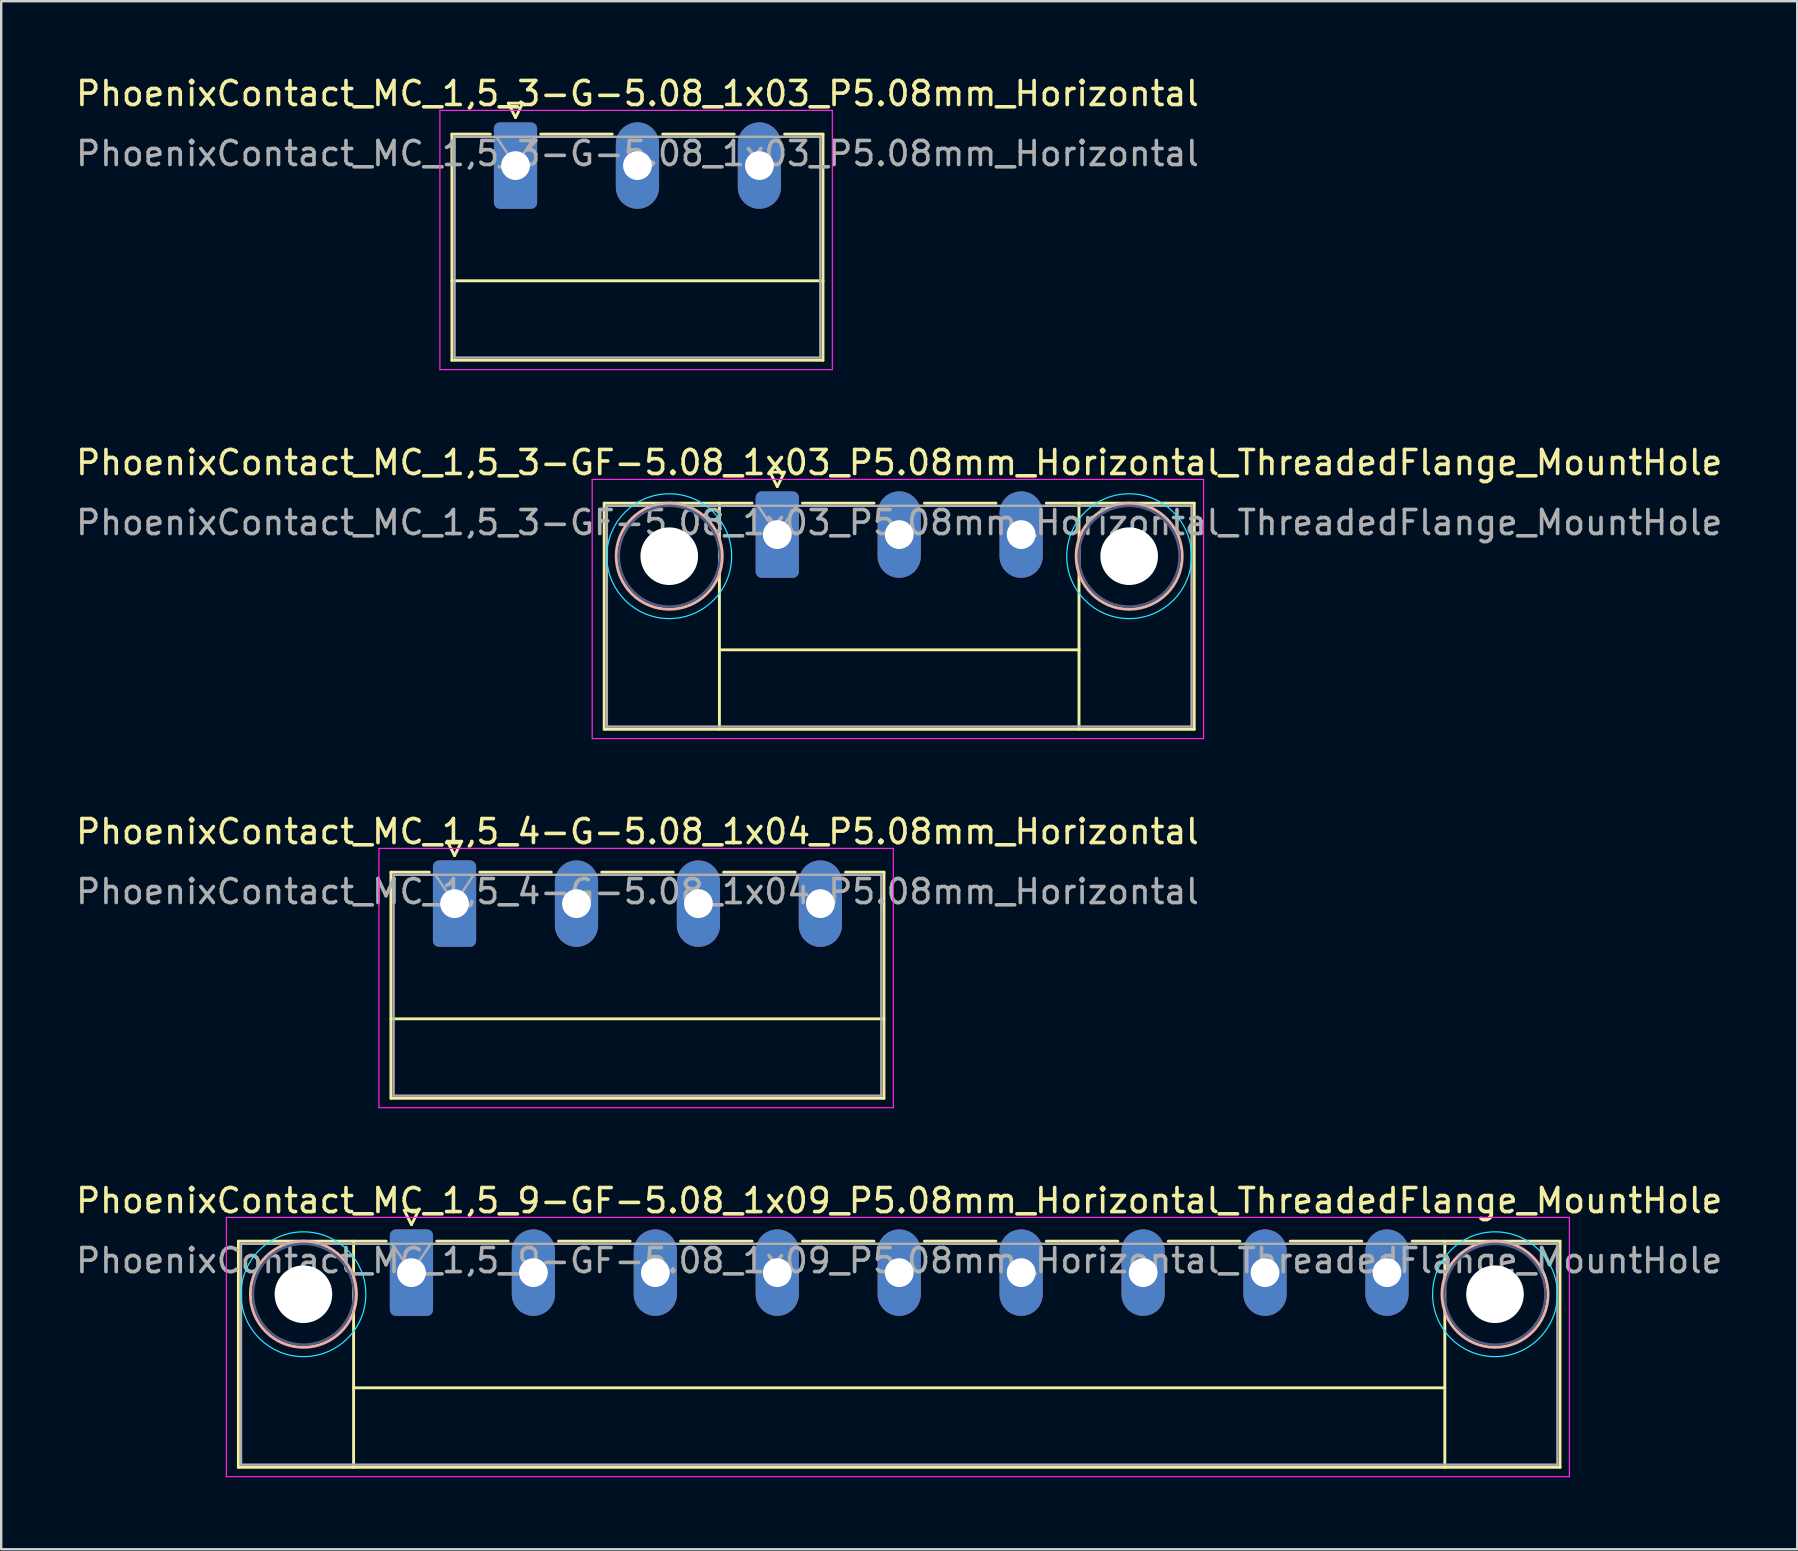
<source format=kicad_pcb>
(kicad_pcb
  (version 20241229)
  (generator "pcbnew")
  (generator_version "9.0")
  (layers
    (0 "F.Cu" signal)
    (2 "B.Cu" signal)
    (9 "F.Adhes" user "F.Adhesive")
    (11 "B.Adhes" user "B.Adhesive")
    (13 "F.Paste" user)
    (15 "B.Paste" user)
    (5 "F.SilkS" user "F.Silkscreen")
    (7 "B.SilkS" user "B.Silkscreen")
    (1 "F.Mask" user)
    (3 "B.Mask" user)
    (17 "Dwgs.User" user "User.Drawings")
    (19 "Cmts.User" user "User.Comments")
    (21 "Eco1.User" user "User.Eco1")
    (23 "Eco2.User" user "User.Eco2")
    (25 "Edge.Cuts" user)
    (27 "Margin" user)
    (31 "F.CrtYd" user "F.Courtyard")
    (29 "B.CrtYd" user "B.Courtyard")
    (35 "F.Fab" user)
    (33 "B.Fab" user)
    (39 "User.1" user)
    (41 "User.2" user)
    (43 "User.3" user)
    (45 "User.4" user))
  (footprint "PhoenixContact_MC_1,5_3-GF-5.08_1x03_P5.08mm_Horizontal_ThreadedFlange_MountHole"
    (layer "F.Cu")
    (at 29.331 19.221)
    (property "Reference" "PhoenixContact_MC_1,5_3-GF-5.08_1x03_P5.08mm_Horizontal_ThreadedFlange_MountHole" (at 5.08 -3 0) (layer "F.SilkS") (effects (font (size 1 1) (thickness 0.15))))
    (attr through_hole)
    (fp_line (start -7.21 -1.31) (end -7.21 8.11) (stroke (width 0.12) (type solid)) (layer "F.SilkS"))
    (fp_line (start -7.21 -1.31) (end -1.05 -1.31) (stroke (width 0.12) (type solid)) (layer "F.SilkS"))
    (fp_line (start -7.21 8.11) (end 17.37 8.11) (stroke (width 0.12) (type solid)) (layer "F.SilkS"))
    (fp_line (start -2.41 -1.31) (end -2.41 8.11) (stroke (width 0.12) (type solid)) (layer "F.SilkS"))
    (fp_line (start -2.41 4.8) (end 12.57 4.8) (stroke (width 0.12) (type solid)) (layer "F.SilkS"))
    (fp_line (start -0.3 -2.6) (end 0.3 -2.6) (stroke (width 0.12) (type solid)) (layer "F.SilkS"))
    (fp_line (start 0 -2) (end -0.3 -2.6) (stroke (width 0.12) (type solid)) (layer "F.SilkS"))
    (fp_line (start 0.3 -2.6) (end 0 -2) (stroke (width 0.12) (type solid)) (layer "F.SilkS"))
    (fp_line (start 1.05 -1.31) (end 4.03 -1.31) (stroke (width 0.12) (type solid)) (layer "F.SilkS"))
    (fp_line (start 6.13 -1.31) (end 9.11 -1.31) (stroke (width 0.12) (type solid)) (layer "F.SilkS"))
    (fp_line (start 12.57 -1.31) (end 12.57 8.11) (stroke (width 0.12) (type solid)) (layer "F.SilkS"))
    (fp_line (start 17.37 -1.31) (end 11.21 -1.31) (stroke (width 0.12) (type solid)) (layer "F.SilkS"))
    (fp_line (start 17.37 8.11) (end 17.37 -1.31) (stroke (width 0.12) (type solid)) (layer "F.SilkS"))
    (fp_circle (center -4.5 0.9) (end -2.29 0.9) (stroke (width 0.12) (type solid)) (fill no) (layer "B.SilkS"))
    (fp_circle (center 14.66 0.9) (end 16.87 0.9) (stroke (width 0.12) (type solid)) (fill no) (layer "B.SilkS"))
    (fp_circle (center -4.5 0.9) (end -1.9 0.9) (stroke (width 0.05) (type solid)) (fill no) (layer "B.CrtYd"))
    (fp_circle (center 14.66 0.9) (end 17.26 0.9) (stroke (width 0.05) (type solid)) (fill no) (layer "B.CrtYd"))
    (fp_line (start -7.71 -2.3) (end -7.71 8.5) (stroke (width 0.05) (type solid)) (layer "F.CrtYd"))
    (fp_line (start -7.71 8.5) (end 17.76 8.5) (stroke (width 0.05) (type solid)) (layer "F.CrtYd"))
    (fp_line (start 17.76 -2.3) (end -7.71 -2.3) (stroke (width 0.05) (type solid)) (layer "F.CrtYd"))
    (fp_line (start 17.76 8.5) (end 17.76 -2.3) (stroke (width 0.05) (type solid)) (layer "F.CrtYd"))
    (fp_circle (center -4.5 0.9) (end -2.4 0.9) (stroke (width 0.1) (type solid)) (fill no) (layer "B.Fab"))
    (fp_circle (center 14.66 0.9) (end 16.76 0.9) (stroke (width 0.1) (type solid)) (fill no) (layer "B.Fab"))
    (fp_line (start -7.1 -1.2) (end -7.1 8) (stroke (width 0.1) (type solid)) (layer "F.Fab"))
    (fp_line (start -7.1 8) (end 17.26 8) (stroke (width 0.1) (type solid)) (layer "F.Fab"))
    (fp_line (start 0 0) (end -0.8 -1.2) (stroke (width 0.1) (type solid)) (layer "F.Fab"))
    (fp_line (start 0.8 -1.2) (end 0 0) (stroke (width 0.1) (type solid)) (layer "F.Fab"))
    (fp_line (start 17.26 -1.2) (end -7.1 -1.2) (stroke (width 0.1) (type solid)) (layer "F.Fab"))
    (fp_line (start 17.26 8) (end 17.26 -1.2) (stroke (width 0.1) (type solid)) (layer "F.Fab"))
    (fp_text user "${REFERENCE}" (at 5.08 -0.5 0) (layer "F.Fab") (effects (font (size 1 1) (thickness 0.15))))
    (pad "" np_thru_hole circle (at -4.5 0.9) (size 2.4 2.4) (drill 2.4) (layers "*.Cu" "*.Mask"))
    (pad "" np_thru_hole circle (at 14.66 0.9) (size 2.4 2.4) (drill 2.4) (layers "*.Cu" "*.Mask"))
    (pad "1" thru_hole roundrect (at 0 0) (size 1.8 3.6) (drill 1.2) (layers "*.Cu" "*.Mask") (roundrect_rratio 0.139))
    (pad "2" thru_hole oval (at 5.08 0) (size 1.8 3.6) (drill 1.2) (layers "*.Cu" "*.Mask"))
    (pad "3" thru_hole oval (at 10.16 0) (size 1.8 3.6) (drill 1.2) (layers "*.Cu" "*.Mask")))
  (footprint "PhoenixContact_MC_1,5_4-G-5.08_1x04_P5.08mm_Horizontal"
    (layer "F.Cu")
    (at 15.886 34.595)
    (property "Reference" "PhoenixContact_MC_1,5_4-G-5.08_1x04_P5.08mm_Horizontal" (at 7.62 -3 0) (layer "F.SilkS") (effects (font (size 1 1) (thickness 0.15))))
    (attr through_hole)
    (fp_line (start -2.65 -1.31) (end -2.65 8.11) (stroke (width 0.12) (type solid)) (layer "F.SilkS"))
    (fp_line (start -2.65 -1.31) (end -1.05 -1.31) (stroke (width 0.12) (type solid)) (layer "F.SilkS"))
    (fp_line (start -2.65 4.8) (end 17.89 4.8) (stroke (width 0.12) (type solid)) (layer "F.SilkS"))
    (fp_line (start -2.65 8.11) (end 17.89 8.11) (stroke (width 0.12) (type solid)) (layer "F.SilkS"))
    (fp_line (start -0.3 -2.6) (end 0.3 -2.6) (stroke (width 0.12) (type solid)) (layer "F.SilkS"))
    (fp_line (start 0 -2) (end -0.3 -2.6) (stroke (width 0.12) (type solid)) (layer "F.SilkS"))
    (fp_line (start 0.3 -2.6) (end 0 -2) (stroke (width 0.12) (type solid)) (layer "F.SilkS"))
    (fp_line (start 1.05 -1.31) (end 4.03 -1.31) (stroke (width 0.12) (type solid)) (layer "F.SilkS"))
    (fp_line (start 6.13 -1.31) (end 9.11 -1.31) (stroke (width 0.12) (type solid)) (layer "F.SilkS"))
    (fp_line (start 11.21 -1.31) (end 14.19 -1.31) (stroke (width 0.12) (type solid)) (layer "F.SilkS"))
    (fp_line (start 17.89 -1.31) (end 16.29 -1.31) (stroke (width 0.12) (type solid)) (layer "F.SilkS"))
    (fp_line (start 17.89 8.11) (end 17.89 -1.31) (stroke (width 0.12) (type solid)) (layer "F.SilkS"))
    (fp_line (start -3.15 -2.3) (end -3.15 8.5) (stroke (width 0.05) (type solid)) (layer "F.CrtYd"))
    (fp_line (start -3.15 8.5) (end 18.28 8.5) (stroke (width 0.05) (type solid)) (layer "F.CrtYd"))
    (fp_line (start 18.28 -2.3) (end -3.15 -2.3) (stroke (width 0.05) (type solid)) (layer "F.CrtYd"))
    (fp_line (start 18.28 8.5) (end 18.28 -2.3) (stroke (width 0.05) (type solid)) (layer "F.CrtYd"))
    (fp_line (start -2.54 -1.2) (end -2.54 8) (stroke (width 0.1) (type solid)) (layer "F.Fab"))
    (fp_line (start -2.54 8) (end 17.78 8) (stroke (width 0.1) (type solid)) (layer "F.Fab"))
    (fp_line (start 0 0) (end -0.8 -1.2) (stroke (width 0.1) (type solid)) (layer "F.Fab"))
    (fp_line (start 0.8 -1.2) (end 0 0) (stroke (width 0.1) (type solid)) (layer "F.Fab"))
    (fp_line (start 17.78 -1.2) (end -2.54 -1.2) (stroke (width 0.1) (type solid)) (layer "F.Fab"))
    (fp_line (start 17.78 8) (end 17.78 -1.2) (stroke (width 0.1) (type solid)) (layer "F.Fab"))
    (fp_text user "${REFERENCE}" (at 7.62 -0.5 0) (layer "F.Fab") (effects (font (size 1 1) (thickness 0.15))))
    (pad "1" thru_hole roundrect (at 0 0) (size 1.8 3.6) (drill 1.2) (layers "*.Cu" "*.Mask") (roundrect_rratio 0.139))
    (pad "2" thru_hole oval (at 5.08 0) (size 1.8 3.6) (drill 1.2) (layers "*.Cu" "*.Mask"))
    (pad "3" thru_hole oval (at 10.16 0) (size 1.8 3.6) (drill 1.2) (layers "*.Cu" "*.Mask"))
    (pad "4" thru_hole oval (at 15.24 0) (size 1.8 3.6) (drill 1.2) (layers "*.Cu" "*.Mask")))
  (footprint "PhoenixContact_MC_1,5_3-G-5.08_1x03_P5.08mm_Horizontal"
    (layer "F.Cu")
    (at 18.426 3.848)
    (property "Reference" "PhoenixContact_MC_1,5_3-G-5.08_1x03_P5.08mm_Horizontal" (at 5.08 -3 0) (layer "F.SilkS") (effects (font (size 1 1) (thickness 0.15))))
    (attr through_hole)
    (fp_line (start -2.65 -1.31) (end -2.65 8.11) (stroke (width 0.12) (type solid)) (layer "F.SilkS"))
    (fp_line (start -2.65 -1.31) (end -1.05 -1.31) (stroke (width 0.12) (type solid)) (layer "F.SilkS"))
    (fp_line (start -2.65 4.8) (end 12.81 4.8) (stroke (width 0.12) (type solid)) (layer "F.SilkS"))
    (fp_line (start -2.65 8.11) (end 12.81 8.11) (stroke (width 0.12) (type solid)) (layer "F.SilkS"))
    (fp_line (start -0.3 -2.6) (end 0.3 -2.6) (stroke (width 0.12) (type solid)) (layer "F.SilkS"))
    (fp_line (start 0 -2) (end -0.3 -2.6) (stroke (width 0.12) (type solid)) (layer "F.SilkS"))
    (fp_line (start 0.3 -2.6) (end 0 -2) (stroke (width 0.12) (type solid)) (layer "F.SilkS"))
    (fp_line (start 1.05 -1.31) (end 4.03 -1.31) (stroke (width 0.12) (type solid)) (layer "F.SilkS"))
    (fp_line (start 6.13 -1.31) (end 9.11 -1.31) (stroke (width 0.12) (type solid)) (layer "F.SilkS"))
    (fp_line (start 12.81 -1.31) (end 11.21 -1.31) (stroke (width 0.12) (type solid)) (layer "F.SilkS"))
    (fp_line (start 12.81 8.11) (end 12.81 -1.31) (stroke (width 0.12) (type solid)) (layer "F.SilkS"))
    (fp_line (start -3.15 -2.3) (end -3.15 8.5) (stroke (width 0.05) (type solid)) (layer "F.CrtYd"))
    (fp_line (start -3.15 8.5) (end 13.2 8.5) (stroke (width 0.05) (type solid)) (layer "F.CrtYd"))
    (fp_line (start 13.2 -2.3) (end -3.15 -2.3) (stroke (width 0.05) (type solid)) (layer "F.CrtYd"))
    (fp_line (start 13.2 8.5) (end 13.2 -2.3) (stroke (width 0.05) (type solid)) (layer "F.CrtYd"))
    (fp_line (start -2.54 -1.2) (end -2.54 8) (stroke (width 0.1) (type solid)) (layer "F.Fab"))
    (fp_line (start -2.54 8) (end 12.7 8) (stroke (width 0.1) (type solid)) (layer "F.Fab"))
    (fp_line (start 0 0) (end -0.8 -1.2) (stroke (width 0.1) (type solid)) (layer "F.Fab"))
    (fp_line (start 0.8 -1.2) (end 0 0) (stroke (width 0.1) (type solid)) (layer "F.Fab"))
    (fp_line (start 12.7 -1.2) (end -2.54 -1.2) (stroke (width 0.1) (type solid)) (layer "F.Fab"))
    (fp_line (start 12.7 8) (end 12.7 -1.2) (stroke (width 0.1) (type solid)) (layer "F.Fab"))
    (fp_text user "${REFERENCE}" (at 5.08 -0.5 0) (layer "F.Fab") (effects (font (size 1 1) (thickness 0.15))))
    (pad "1" thru_hole roundrect (at 0 0) (size 1.8 3.6) (drill 1.2) (layers "*.Cu" "*.Mask") (roundrect_rratio 0.139))
    (pad "2" thru_hole oval (at 5.08 0) (size 1.8 3.6) (drill 1.2) (layers "*.Cu" "*.Mask"))
    (pad "3" thru_hole oval (at 10.16 0) (size 1.8 3.6) (drill 1.2) (layers "*.Cu" "*.Mask")))
  (footprint "PhoenixContact_MC_1,5_9-GF-5.08_1x09_P5.08mm_Horizontal_ThreadedFlange_MountHole"
    (layer "F.Cu")
    (at 14.091 49.968)
    (property "Reference" "PhoenixContact_MC_1,5_9-GF-5.08_1x09_P5.08mm_Horizontal_ThreadedFlange_MountHole" (at 20.32 -3 0) (layer "F.SilkS") (effects (font (size 1 1) (thickness 0.15))))
    (attr through_hole)
    (fp_line (start -7.21 -1.31) (end -7.21 8.11) (stroke (width 0.12) (type solid)) (layer "F.SilkS"))
    (fp_line (start -7.21 -1.31) (end -1.05 -1.31) (stroke (width 0.12) (type solid)) (layer "F.SilkS"))
    (fp_line (start -7.21 8.11) (end 47.85 8.11) (stroke (width 0.12) (type solid)) (layer "F.SilkS"))
    (fp_line (start -2.41 -1.31) (end -2.41 8.11) (stroke (width 0.12) (type solid)) (layer "F.SilkS"))
    (fp_line (start -2.41 4.8) (end 43.05 4.8) (stroke (width 0.12) (type solid)) (layer "F.SilkS"))
    (fp_line (start -0.3 -2.6) (end 0.3 -2.6) (stroke (width 0.12) (type solid)) (layer "F.SilkS"))
    (fp_line (start 0 -2) (end -0.3 -2.6) (stroke (width 0.12) (type solid)) (layer "F.SilkS"))
    (fp_line (start 0.3 -2.6) (end 0 -2) (stroke (width 0.12) (type solid)) (layer "F.SilkS"))
    (fp_line (start 1.05 -1.31) (end 4.03 -1.31) (stroke (width 0.12) (type solid)) (layer "F.SilkS"))
    (fp_line (start 6.13 -1.31) (end 9.11 -1.31) (stroke (width 0.12) (type solid)) (layer "F.SilkS"))
    (fp_line (start 11.21 -1.31) (end 14.19 -1.31) (stroke (width 0.12) (type solid)) (layer "F.SilkS"))
    (fp_line (start 16.29 -1.31) (end 19.27 -1.31) (stroke (width 0.12) (type solid)) (layer "F.SilkS"))
    (fp_line (start 21.37 -1.31) (end 24.35 -1.31) (stroke (width 0.12) (type solid)) (layer "F.SilkS"))
    (fp_line (start 26.45 -1.31) (end 29.43 -1.31) (stroke (width 0.12) (type solid)) (layer "F.SilkS"))
    (fp_line (start 31.53 -1.31) (end 34.51 -1.31) (stroke (width 0.12) (type solid)) (layer "F.SilkS"))
    (fp_line (start 36.61 -1.31) (end 39.59 -1.31) (stroke (width 0.12) (type solid)) (layer "F.SilkS"))
    (fp_line (start 43.05 -1.31) (end 43.05 8.11) (stroke (width 0.12) (type solid)) (layer "F.SilkS"))
    (fp_line (start 47.85 -1.31) (end 41.69 -1.31) (stroke (width 0.12) (type solid)) (layer "F.SilkS"))
    (fp_line (start 47.85 8.11) (end 47.85 -1.31) (stroke (width 0.12) (type solid)) (layer "F.SilkS"))
    (fp_circle (center -4.5 0.9) (end -2.29 0.9) (stroke (width 0.12) (type solid)) (fill no) (layer "B.SilkS"))
    (fp_circle (center 45.14 0.9) (end 47.35 0.9) (stroke (width 0.12) (type solid)) (fill no) (layer "B.SilkS"))
    (fp_circle (center -4.5 0.9) (end -1.9 0.9) (stroke (width 0.05) (type solid)) (fill no) (layer "B.CrtYd"))
    (fp_circle (center 45.14 0.9) (end 47.74 0.9) (stroke (width 0.05) (type solid)) (fill no) (layer "B.CrtYd"))
    (fp_line (start -7.71 -2.3) (end -7.71 8.5) (stroke (width 0.05) (type solid)) (layer "F.CrtYd"))
    (fp_line (start -7.71 8.5) (end 48.24 8.5) (stroke (width 0.05) (type solid)) (layer "F.CrtYd"))
    (fp_line (start 48.24 -2.3) (end -7.71 -2.3) (stroke (width 0.05) (type solid)) (layer "F.CrtYd"))
    (fp_line (start 48.24 8.5) (end 48.24 -2.3) (stroke (width 0.05) (type solid)) (layer "F.CrtYd"))
    (fp_circle (center -4.5 0.9) (end -2.4 0.9) (stroke (width 0.1) (type solid)) (fill no) (layer "B.Fab"))
    (fp_circle (center 45.14 0.9) (end 47.24 0.9) (stroke (width 0.1) (type solid)) (fill no) (layer "B.Fab"))
    (fp_line (start -7.1 -1.2) (end -7.1 8) (stroke (width 0.1) (type solid)) (layer "F.Fab"))
    (fp_line (start -7.1 8) (end 47.74 8) (stroke (width 0.1) (type solid)) (layer "F.Fab"))
    (fp_line (start 0 0) (end -0.8 -1.2) (stroke (width 0.1) (type solid)) (layer "F.Fab"))
    (fp_line (start 0.8 -1.2) (end 0 0) (stroke (width 0.1) (type solid)) (layer "F.Fab"))
    (fp_line (start 47.74 -1.2) (end -7.1 -1.2) (stroke (width 0.1) (type solid)) (layer "F.Fab"))
    (fp_line (start 47.74 8) (end 47.74 -1.2) (stroke (width 0.1) (type solid)) (layer "F.Fab"))
    (fp_text user "${REFERENCE}" (at 20.32 -0.5 0) (layer "F.Fab") (effects (font (size 1 1) (thickness 0.15))))
    (pad "" np_thru_hole circle (at -4.5 0.9) (size 2.4 2.4) (drill 2.4) (layers "*.Cu" "*.Mask"))
    (pad "" np_thru_hole circle (at 45.14 0.9) (size 2.4 2.4) (drill 2.4) (layers "*.Cu" "*.Mask"))
    (pad "1" thru_hole roundrect (at 0 0) (size 1.8 3.6) (drill 1.2) (layers "*.Cu" "*.Mask") (roundrect_rratio 0.139))
    (pad "2" thru_hole oval (at 5.08 0) (size 1.8 3.6) (drill 1.2) (layers "*.Cu" "*.Mask"))
    (pad "3" thru_hole oval (at 10.16 0) (size 1.8 3.6) (drill 1.2) (layers "*.Cu" "*.Mask"))
    (pad "4" thru_hole oval (at 15.24 0) (size 1.8 3.6) (drill 1.2) (layers "*.Cu" "*.Mask"))
    (pad "5" thru_hole oval (at 20.32 0) (size 1.8 3.6) (drill 1.2) (layers "*.Cu" "*.Mask"))
    (pad "6" thru_hole oval (at 25.4 0) (size 1.8 3.6) (drill 1.2) (layers "*.Cu" "*.Mask"))
    (pad "7" thru_hole oval (at 30.48 0) (size 1.8 3.6) (drill 1.2) (layers "*.Cu" "*.Mask"))
    (pad "8" thru_hole oval (at 35.56 0) (size 1.8 3.6) (drill 1.2) (layers "*.Cu" "*.Mask"))
    (pad "9" thru_hole oval (at 40.64 0) (size 1.8 3.6) (drill 1.2) (layers "*.Cu" "*.Mask")))
  (gr_rect
    (start -3 -3)
    (end 71.821 61.493)
    (stroke (width 0.1) (type default))
    (fill no)
    (layer "Edge.Cuts")))
</source>
